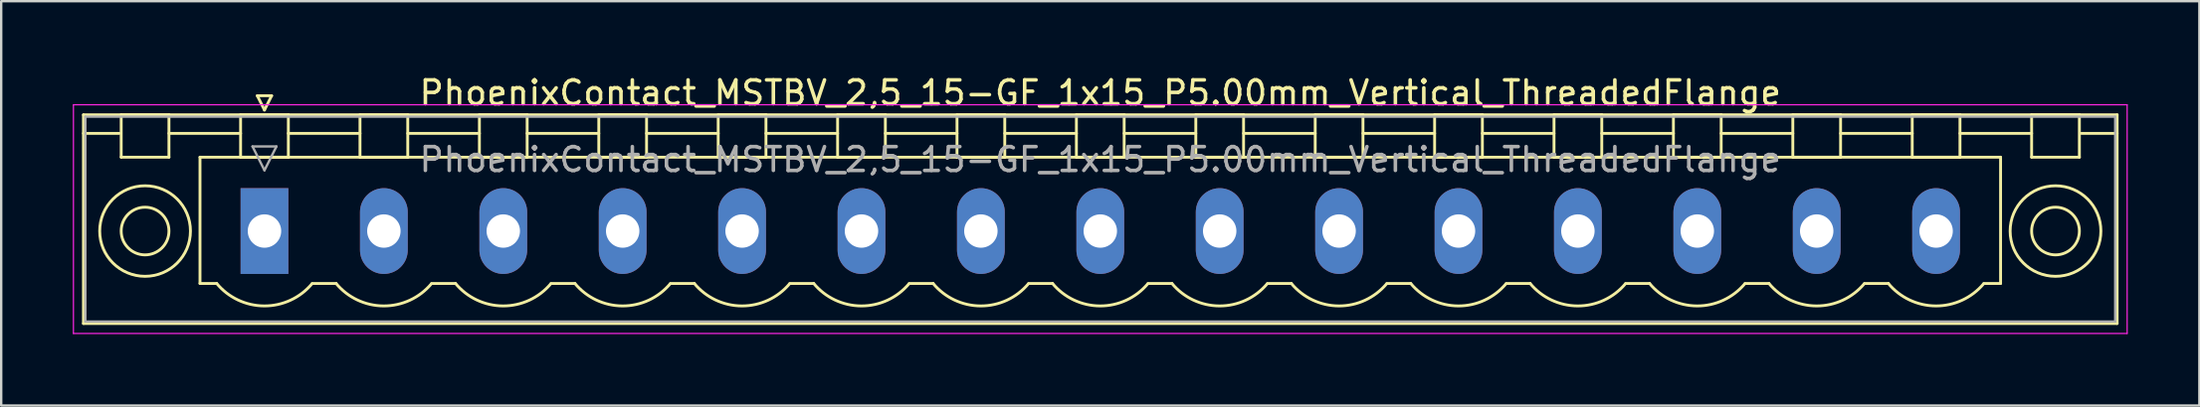
<source format=kicad_pcb>
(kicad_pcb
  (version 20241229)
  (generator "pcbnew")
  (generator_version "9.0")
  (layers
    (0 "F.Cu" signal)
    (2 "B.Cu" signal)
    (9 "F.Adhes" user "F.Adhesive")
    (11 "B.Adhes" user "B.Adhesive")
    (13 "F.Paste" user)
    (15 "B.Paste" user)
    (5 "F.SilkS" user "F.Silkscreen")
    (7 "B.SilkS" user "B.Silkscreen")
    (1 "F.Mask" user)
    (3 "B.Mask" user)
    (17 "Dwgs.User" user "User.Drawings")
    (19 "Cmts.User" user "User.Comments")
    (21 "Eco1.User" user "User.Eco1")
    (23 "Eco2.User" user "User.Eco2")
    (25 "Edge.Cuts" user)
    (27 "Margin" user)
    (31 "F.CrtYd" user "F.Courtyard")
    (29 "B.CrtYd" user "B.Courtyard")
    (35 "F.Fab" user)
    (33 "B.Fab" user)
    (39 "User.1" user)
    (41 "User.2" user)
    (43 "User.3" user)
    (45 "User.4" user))
  (footprint "PhoenixContact_MSTBV_2,5_15-GF_1x15_P5.00mm_Vertical_ThreadedFlange"
    (layer "F.Cu")
    (at 8.025 6.648)
    (property "Reference" "PhoenixContact_MSTBV_2,5_15-GF_1x15_P5.00mm_Vertical_ThreadedFlange" (at 35 -5.8 0) (layer "F.SilkS") (effects (font (size 1 1) (thickness 0.15))))
    (attr through_hole)
    (fp_line (start -7.58 -4.88) (end -7.58 3.88) (stroke (width 0.12) (type solid)) (layer "F.SilkS"))
    (fp_line (start -7.58 -4.1) (end -6.08 -4.1) (stroke (width 0.12) (type solid)) (layer "F.SilkS"))
    (fp_line (start -7.58 3.88) (end 77.58 3.88) (stroke (width 0.12) (type solid)) (layer "F.SilkS"))
    (fp_line (start -6 -4.88) (end -4 -4.88) (stroke (width 0.12) (type solid)) (layer "F.SilkS"))
    (fp_line (start -6 -3.1) (end -6 -4.88) (stroke (width 0.12) (type solid)) (layer "F.SilkS"))
    (fp_line (start -4 -4.88) (end -4 -3.1) (stroke (width 0.12) (type solid)) (layer "F.SilkS"))
    (fp_line (start -4 -4.1) (end -1 -4.1) (stroke (width 0.12) (type solid)) (layer "F.SilkS"))
    (fp_line (start -4 -3.1) (end -6 -3.1) (stroke (width 0.12) (type solid)) (layer "F.SilkS"))
    (fp_line (start -2.7 -3.1) (end 72.7 -3.1) (stroke (width 0.12) (type solid)) (layer "F.SilkS"))
    (fp_line (start -2.7 2.2) (end -2.7 -3.1) (stroke (width 0.12) (type solid)) (layer "F.SilkS"))
    (fp_line (start -2 2.2) (end -2.7 2.2) (stroke (width 0.12) (type solid)) (layer "F.SilkS"))
    (fp_line (start -1 -4.88) (end 1 -4.88) (stroke (width 0.12) (type solid)) (layer "F.SilkS"))
    (fp_line (start -1 -3.1) (end -1 -4.88) (stroke (width 0.12) (type solid)) (layer "F.SilkS"))
    (fp_line (start -0.3 -5.68) (end 0.3 -5.68) (stroke (width 0.12) (type solid)) (layer "F.SilkS"))
    (fp_line (start 0 -5.08) (end -0.3 -5.68) (stroke (width 0.12) (type solid)) (layer "F.SilkS"))
    (fp_line (start 0.3 -5.68) (end 0 -5.08) (stroke (width 0.12) (type solid)) (layer "F.SilkS"))
    (fp_line (start 1 -4.88) (end 1 -3.1) (stroke (width 0.12) (type solid)) (layer "F.SilkS"))
    (fp_line (start 1 -4.1) (end 4 -4.1) (stroke (width 0.12) (type solid)) (layer "F.SilkS"))
    (fp_line (start 1 -3.1) (end -1 -3.1) (stroke (width 0.12) (type solid)) (layer "F.SilkS"))
    (fp_line (start 2 2.2) (end 3 2.2) (stroke (width 0.12) (type solid)) (layer "F.SilkS"))
    (fp_line (start 4 -4.88) (end 6 -4.88) (stroke (width 0.12) (type solid)) (layer "F.SilkS"))
    (fp_line (start 4 -3.1) (end 4 -4.88) (stroke (width 0.12) (type solid)) (layer "F.SilkS"))
    (fp_line (start 6 -4.88) (end 6 -3.1) (stroke (width 0.12) (type solid)) (layer "F.SilkS"))
    (fp_line (start 6 -4.1) (end 9 -4.1) (stroke (width 0.12) (type solid)) (layer "F.SilkS"))
    (fp_line (start 6 -3.1) (end 4 -3.1) (stroke (width 0.12) (type solid)) (layer "F.SilkS"))
    (fp_line (start 7 2.2) (end 8 2.2) (stroke (width 0.12) (type solid)) (layer "F.SilkS"))
    (fp_line (start 9 -4.88) (end 11 -4.88) (stroke (width 0.12) (type solid)) (layer "F.SilkS"))
    (fp_line (start 9 -3.1) (end 9 -4.88) (stroke (width 0.12) (type solid)) (layer "F.SilkS"))
    (fp_line (start 11 -4.88) (end 11 -3.1) (stroke (width 0.12) (type solid)) (layer "F.SilkS"))
    (fp_line (start 11 -4.1) (end 14 -4.1) (stroke (width 0.12) (type solid)) (layer "F.SilkS"))
    (fp_line (start 11 -3.1) (end 9 -3.1) (stroke (width 0.12) (type solid)) (layer "F.SilkS"))
    (fp_line (start 12 2.2) (end 13 2.2) (stroke (width 0.12) (type solid)) (layer "F.SilkS"))
    (fp_line (start 14 -4.88) (end 16 -4.88) (stroke (width 0.12) (type solid)) (layer "F.SilkS"))
    (fp_line (start 14 -3.1) (end 14 -4.88) (stroke (width 0.12) (type solid)) (layer "F.SilkS"))
    (fp_line (start 16 -4.88) (end 16 -3.1) (stroke (width 0.12) (type solid)) (layer "F.SilkS"))
    (fp_line (start 16 -4.1) (end 19 -4.1) (stroke (width 0.12) (type solid)) (layer "F.SilkS"))
    (fp_line (start 16 -3.1) (end 14 -3.1) (stroke (width 0.12) (type solid)) (layer "F.SilkS"))
    (fp_line (start 17 2.2) (end 18 2.2) (stroke (width 0.12) (type solid)) (layer "F.SilkS"))
    (fp_line (start 19 -4.88) (end 21 -4.88) (stroke (width 0.12) (type solid)) (layer "F.SilkS"))
    (fp_line (start 19 -3.1) (end 19 -4.88) (stroke (width 0.12) (type solid)) (layer "F.SilkS"))
    (fp_line (start 21 -4.88) (end 21 -3.1) (stroke (width 0.12) (type solid)) (layer "F.SilkS"))
    (fp_line (start 21 -4.1) (end 24 -4.1) (stroke (width 0.12) (type solid)) (layer "F.SilkS"))
    (fp_line (start 21 -3.1) (end 19 -3.1) (stroke (width 0.12) (type solid)) (layer "F.SilkS"))
    (fp_line (start 22 2.2) (end 23 2.2) (stroke (width 0.12) (type solid)) (layer "F.SilkS"))
    (fp_line (start 24 -4.88) (end 26 -4.88) (stroke (width 0.12) (type solid)) (layer "F.SilkS"))
    (fp_line (start 24 -3.1) (end 24 -4.88) (stroke (width 0.12) (type solid)) (layer "F.SilkS"))
    (fp_line (start 26 -4.88) (end 26 -3.1) (stroke (width 0.12) (type solid)) (layer "F.SilkS"))
    (fp_line (start 26 -4.1) (end 29 -4.1) (stroke (width 0.12) (type solid)) (layer "F.SilkS"))
    (fp_line (start 26 -3.1) (end 24 -3.1) (stroke (width 0.12) (type solid)) (layer "F.SilkS"))
    (fp_line (start 27 2.2) (end 28 2.2) (stroke (width 0.12) (type solid)) (layer "F.SilkS"))
    (fp_line (start 29 -4.88) (end 31 -4.88) (stroke (width 0.12) (type solid)) (layer "F.SilkS"))
    (fp_line (start 29 -3.1) (end 29 -4.88) (stroke (width 0.12) (type solid)) (layer "F.SilkS"))
    (fp_line (start 31 -4.88) (end 31 -3.1) (stroke (width 0.12) (type solid)) (layer "F.SilkS"))
    (fp_line (start 31 -4.1) (end 34 -4.1) (stroke (width 0.12) (type solid)) (layer "F.SilkS"))
    (fp_line (start 31 -3.1) (end 29 -3.1) (stroke (width 0.12) (type solid)) (layer "F.SilkS"))
    (fp_line (start 32 2.2) (end 33 2.2) (stroke (width 0.12) (type solid)) (layer "F.SilkS"))
    (fp_line (start 34 -4.88) (end 36 -4.88) (stroke (width 0.12) (type solid)) (layer "F.SilkS"))
    (fp_line (start 34 -3.1) (end 34 -4.88) (stroke (width 0.12) (type solid)) (layer "F.SilkS"))
    (fp_line (start 36 -4.88) (end 36 -3.1) (stroke (width 0.12) (type solid)) (layer "F.SilkS"))
    (fp_line (start 36 -4.1) (end 39 -4.1) (stroke (width 0.12) (type solid)) (layer "F.SilkS"))
    (fp_line (start 36 -3.1) (end 34 -3.1) (stroke (width 0.12) (type solid)) (layer "F.SilkS"))
    (fp_line (start 37 2.2) (end 38 2.2) (stroke (width 0.12) (type solid)) (layer "F.SilkS"))
    (fp_line (start 39 -4.88) (end 41 -4.88) (stroke (width 0.12) (type solid)) (layer "F.SilkS"))
    (fp_line (start 39 -3.1) (end 39 -4.88) (stroke (width 0.12) (type solid)) (layer "F.SilkS"))
    (fp_line (start 41 -4.88) (end 41 -3.1) (stroke (width 0.12) (type solid)) (layer "F.SilkS"))
    (fp_line (start 41 -4.1) (end 44 -4.1) (stroke (width 0.12) (type solid)) (layer "F.SilkS"))
    (fp_line (start 41 -3.1) (end 39 -3.1) (stroke (width 0.12) (type solid)) (layer "F.SilkS"))
    (fp_line (start 42 2.2) (end 43 2.2) (stroke (width 0.12) (type solid)) (layer "F.SilkS"))
    (fp_line (start 44 -4.88) (end 46 -4.88) (stroke (width 0.12) (type solid)) (layer "F.SilkS"))
    (fp_line (start 44 -3.1) (end 44 -4.88) (stroke (width 0.12) (type solid)) (layer "F.SilkS"))
    (fp_line (start 46 -4.88) (end 46 -3.1) (stroke (width 0.12) (type solid)) (layer "F.SilkS"))
    (fp_line (start 46 -4.1) (end 49 -4.1) (stroke (width 0.12) (type solid)) (layer "F.SilkS"))
    (fp_line (start 46 -3.1) (end 44 -3.1) (stroke (width 0.12) (type solid)) (layer "F.SilkS"))
    (fp_line (start 47 2.2) (end 48 2.2) (stroke (width 0.12) (type solid)) (layer "F.SilkS"))
    (fp_line (start 49 -4.88) (end 51 -4.88) (stroke (width 0.12) (type solid)) (layer "F.SilkS"))
    (fp_line (start 49 -3.1) (end 49 -4.88) (stroke (width 0.12) (type solid)) (layer "F.SilkS"))
    (fp_line (start 51 -4.88) (end 51 -3.1) (stroke (width 0.12) (type solid)) (layer "F.SilkS"))
    (fp_line (start 51 -4.1) (end 54 -4.1) (stroke (width 0.12) (type solid)) (layer "F.SilkS"))
    (fp_line (start 51 -3.1) (end 49 -3.1) (stroke (width 0.12) (type solid)) (layer "F.SilkS"))
    (fp_line (start 52 2.2) (end 53 2.2) (stroke (width 0.12) (type solid)) (layer "F.SilkS"))
    (fp_line (start 54 -4.88) (end 56 -4.88) (stroke (width 0.12) (type solid)) (layer "F.SilkS"))
    (fp_line (start 54 -3.1) (end 54 -4.88) (stroke (width 0.12) (type solid)) (layer "F.SilkS"))
    (fp_line (start 56 -4.88) (end 56 -3.1) (stroke (width 0.12) (type solid)) (layer "F.SilkS"))
    (fp_line (start 56 -4.1) (end 59 -4.1) (stroke (width 0.12) (type solid)) (layer "F.SilkS"))
    (fp_line (start 56 -3.1) (end 54 -3.1) (stroke (width 0.12) (type solid)) (layer "F.SilkS"))
    (fp_line (start 57 2.2) (end 58 2.2) (stroke (width 0.12) (type solid)) (layer "F.SilkS"))
    (fp_line (start 59 -4.88) (end 61 -4.88) (stroke (width 0.12) (type solid)) (layer "F.SilkS"))
    (fp_line (start 59 -3.1) (end 59 -4.88) (stroke (width 0.12) (type solid)) (layer "F.SilkS"))
    (fp_line (start 61 -4.88) (end 61 -3.1) (stroke (width 0.12) (type solid)) (layer "F.SilkS"))
    (fp_line (start 61 -4.1) (end 64 -4.1) (stroke (width 0.12) (type solid)) (layer "F.SilkS"))
    (fp_line (start 61 -3.1) (end 59 -3.1) (stroke (width 0.12) (type solid)) (layer "F.SilkS"))
    (fp_line (start 62 2.2) (end 63 2.2) (stroke (width 0.12) (type solid)) (layer "F.SilkS"))
    (fp_line (start 64 -4.88) (end 66 -4.88) (stroke (width 0.12) (type solid)) (layer "F.SilkS"))
    (fp_line (start 64 -3.1) (end 64 -4.88) (stroke (width 0.12) (type solid)) (layer "F.SilkS"))
    (fp_line (start 66 -4.88) (end 66 -3.1) (stroke (width 0.12) (type solid)) (layer "F.SilkS"))
    (fp_line (start 66 -4.1) (end 69 -4.1) (stroke (width 0.12) (type solid)) (layer "F.SilkS"))
    (fp_line (start 66 -3.1) (end 64 -3.1) (stroke (width 0.12) (type solid)) (layer "F.SilkS"))
    (fp_line (start 67 2.2) (end 68 2.2) (stroke (width 0.12) (type solid)) (layer "F.SilkS"))
    (fp_line (start 69 -4.88) (end 71 -4.88) (stroke (width 0.12) (type solid)) (layer "F.SilkS"))
    (fp_line (start 69 -3.1) (end 69 -4.88) (stroke (width 0.12) (type solid)) (layer "F.SilkS"))
    (fp_line (start 71 -4.88) (end 71 -3.1) (stroke (width 0.12) (type solid)) (layer "F.SilkS"))
    (fp_line (start 71 -4.1) (end 74 -4.1) (stroke (width 0.12) (type solid)) (layer "F.SilkS"))
    (fp_line (start 71 -3.1) (end 69 -3.1) (stroke (width 0.12) (type solid)) (layer "F.SilkS"))
    (fp_line (start 72.7 -3.1) (end 72.7 2.2) (stroke (width 0.12) (type solid)) (layer "F.SilkS"))
    (fp_line (start 72.7 2.2) (end 72 2.2) (stroke (width 0.12) (type solid)) (layer "F.SilkS"))
    (fp_line (start 74 -4.88) (end 76 -4.88) (stroke (width 0.12) (type solid)) (layer "F.SilkS"))
    (fp_line (start 74 -3.1) (end 74 -4.88) (stroke (width 0.12) (type solid)) (layer "F.SilkS"))
    (fp_line (start 76 -4.88) (end 76 -3.1) (stroke (width 0.12) (type solid)) (layer "F.SilkS"))
    (fp_line (start 76 -3.1) (end 74 -3.1) (stroke (width 0.12) (type solid)) (layer "F.SilkS"))
    (fp_line (start 77.58 -4.88) (end -7.58 -4.88) (stroke (width 0.12) (type solid)) (layer "F.SilkS"))
    (fp_line (start 77.58 -4.1) (end 76.08 -4.1) (stroke (width 0.12) (type solid)) (layer "F.SilkS"))
    (fp_line (start 77.58 3.88) (end 77.58 -4.88) (stroke (width 0.12) (type solid)) (layer "F.SilkS"))
    (fp_arc (start 1.986842 2.215821) (mid -0.010289 3.142758) (end -2 2.2) (stroke (width 0.12) (type solid)) (layer "F.SilkS"))
    (fp_arc (start 6.986842 2.215821) (mid 4.989711 3.142758) (end 3 2.2) (stroke (width 0.12) (type solid)) (layer "F.SilkS"))
    (fp_arc (start 11.986842 2.215821) (mid 9.989711 3.142758) (end 8 2.2) (stroke (width 0.12) (type solid)) (layer "F.SilkS"))
    (fp_arc (start 16.986842 2.215821) (mid 14.989711 3.142758) (end 13 2.2) (stroke (width 0.12) (type solid)) (layer "F.SilkS"))
    (fp_arc (start 21.986842 2.215821) (mid 19.989711 3.142758) (end 18 2.2) (stroke (width 0.12) (type solid)) (layer "F.SilkS"))
    (fp_arc (start 26.986842 2.215821) (mid 24.989711 3.142758) (end 23 2.2) (stroke (width 0.12) (type solid)) (layer "F.SilkS"))
    (fp_arc (start 31.986842 2.215821) (mid 29.989711 3.142758) (end 28 2.2) (stroke (width 0.12) (type solid)) (layer "F.SilkS"))
    (fp_arc (start 36.986842 2.215821) (mid 34.989711 3.142758) (end 33 2.2) (stroke (width 0.12) (type solid)) (layer "F.SilkS"))
    (fp_arc (start 41.986842 2.215821) (mid 39.989711 3.142758) (end 38 2.2) (stroke (width 0.12) (type solid)) (layer "F.SilkS"))
    (fp_arc (start 46.986842 2.215821) (mid 44.989711 3.142758) (end 43 2.2) (stroke (width 0.12) (type solid)) (layer "F.SilkS"))
    (fp_arc (start 51.986842 2.215821) (mid 49.989711 3.142758) (end 48 2.2) (stroke (width 0.12) (type solid)) (layer "F.SilkS"))
    (fp_arc (start 56.986842 2.215821) (mid 54.989711 3.142758) (end 53 2.2) (stroke (width 0.12) (type solid)) (layer "F.SilkS"))
    (fp_arc (start 61.986842 2.215821) (mid 59.989711 3.142758) (end 58 2.2) (stroke (width 0.12) (type solid)) (layer "F.SilkS"))
    (fp_arc (start 66.986842 2.215821) (mid 64.989711 3.142758) (end 63 2.2) (stroke (width 0.12) (type solid)) (layer "F.SilkS"))
    (fp_arc (start 71.986842 2.215821) (mid 69.989711 3.142758) (end 68 2.2) (stroke (width 0.12) (type solid)) (layer "F.SilkS"))
    (fp_circle (center -5 0) (end -4 0) (stroke (width 0.12) (type solid)) (fill no) (layer "F.SilkS"))
    (fp_circle (center -5 0) (end -3.1 0) (stroke (width 0.12) (type solid)) (fill no) (layer "F.SilkS"))
    (fp_circle (center 75 0) (end 76 0) (stroke (width 0.12) (type solid)) (fill no) (layer "F.SilkS"))
    (fp_circle (center 75 0) (end 76.9 0) (stroke (width 0.12) (type solid)) (fill no) (layer "F.SilkS"))
    (fp_line (start -8 -5.3) (end -8 4.3) (stroke (width 0.05) (type solid)) (layer "F.CrtYd"))
    (fp_line (start -8 4.3) (end 78 4.3) (stroke (width 0.05) (type solid)) (layer "F.CrtYd"))
    (fp_line (start 78 -5.3) (end -8 -5.3) (stroke (width 0.05) (type solid)) (layer "F.CrtYd"))
    (fp_line (start 78 4.3) (end 78 -5.3) (stroke (width 0.05) (type solid)) (layer "F.CrtYd"))
    (fp_line (start -7.5 -4.8) (end -7.5 3.8) (stroke (width 0.1) (type solid)) (layer "F.Fab"))
    (fp_line (start -7.5 3.8) (end 77.5 3.8) (stroke (width 0.1) (type solid)) (layer "F.Fab"))
    (fp_line (start -0.5 -3.55) (end 0.5 -3.55) (stroke (width 0.1) (type solid)) (layer "F.Fab"))
    (fp_line (start 0 -2.55) (end -0.5 -3.55) (stroke (width 0.1) (type solid)) (layer "F.Fab"))
    (fp_line (start 0.5 -3.55) (end 0 -2.55) (stroke (width 0.1) (type solid)) (layer "F.Fab"))
    (fp_line (start 77.5 -4.8) (end -7.5 -4.8) (stroke (width 0.1) (type solid)) (layer "F.Fab"))
    (fp_line (start 77.5 3.8) (end 77.5 -4.8) (stroke (width 0.1) (type solid)) (layer "F.Fab"))
    (fp_text user "${REFERENCE}" (at 35 -3 0) (layer "F.Fab") (effects (font (size 1 1) (thickness 0.15))))
    (pad "1" thru_hole rect (at 0 0) (size 2 3.6) (drill 1.4) (layers "*.Cu" "*.Mask"))
    (pad "2" thru_hole oval (at 5 0) (size 2 3.6) (drill 1.4) (layers "*.Cu" "*.Mask"))
    (pad "3" thru_hole oval (at 10 0) (size 2 3.6) (drill 1.4) (layers "*.Cu" "*.Mask"))
    (pad "4" thru_hole oval (at 15 0) (size 2 3.6) (drill 1.4) (layers "*.Cu" "*.Mask"))
    (pad "5" thru_hole oval (at 20 0) (size 2 3.6) (drill 1.4) (layers "*.Cu" "*.Mask"))
    (pad "6" thru_hole oval (at 25 0) (size 2 3.6) (drill 1.4) (layers "*.Cu" "*.Mask"))
    (pad "7" thru_hole oval (at 30 0) (size 2 3.6) (drill 1.4) (layers "*.Cu" "*.Mask"))
    (pad "8" thru_hole oval (at 35 0) (size 2 3.6) (drill 1.4) (layers "*.Cu" "*.Mask"))
    (pad "9" thru_hole oval (at 40 0) (size 2 3.6) (drill 1.4) (layers "*.Cu" "*.Mask"))
    (pad "10" thru_hole oval (at 45 0) (size 2 3.6) (drill 1.4) (layers "*.Cu" "*.Mask"))
    (pad "11" thru_hole oval (at 50 0) (size 2 3.6) (drill 1.4) (layers "*.Cu" "*.Mask"))
    (pad "12" thru_hole oval (at 55 0) (size 2 3.6) (drill 1.4) (layers "*.Cu" "*.Mask"))
    (pad "13" thru_hole oval (at 60 0) (size 2 3.6) (drill 1.4) (layers "*.Cu" "*.Mask"))
    (pad "14" thru_hole oval (at 65 0) (size 2 3.6) (drill 1.4) (layers "*.Cu" "*.Mask"))
    (pad "15" thru_hole oval (at 70 0) (size 2 3.6) (drill 1.4) (layers "*.Cu" "*.Mask")))
  (gr_rect
    (start -3 -3)
    (end 89.05 13.973)
    (stroke (width 0.1) (type default))
    (fill no)
    (layer "Edge.Cuts")))
</source>
